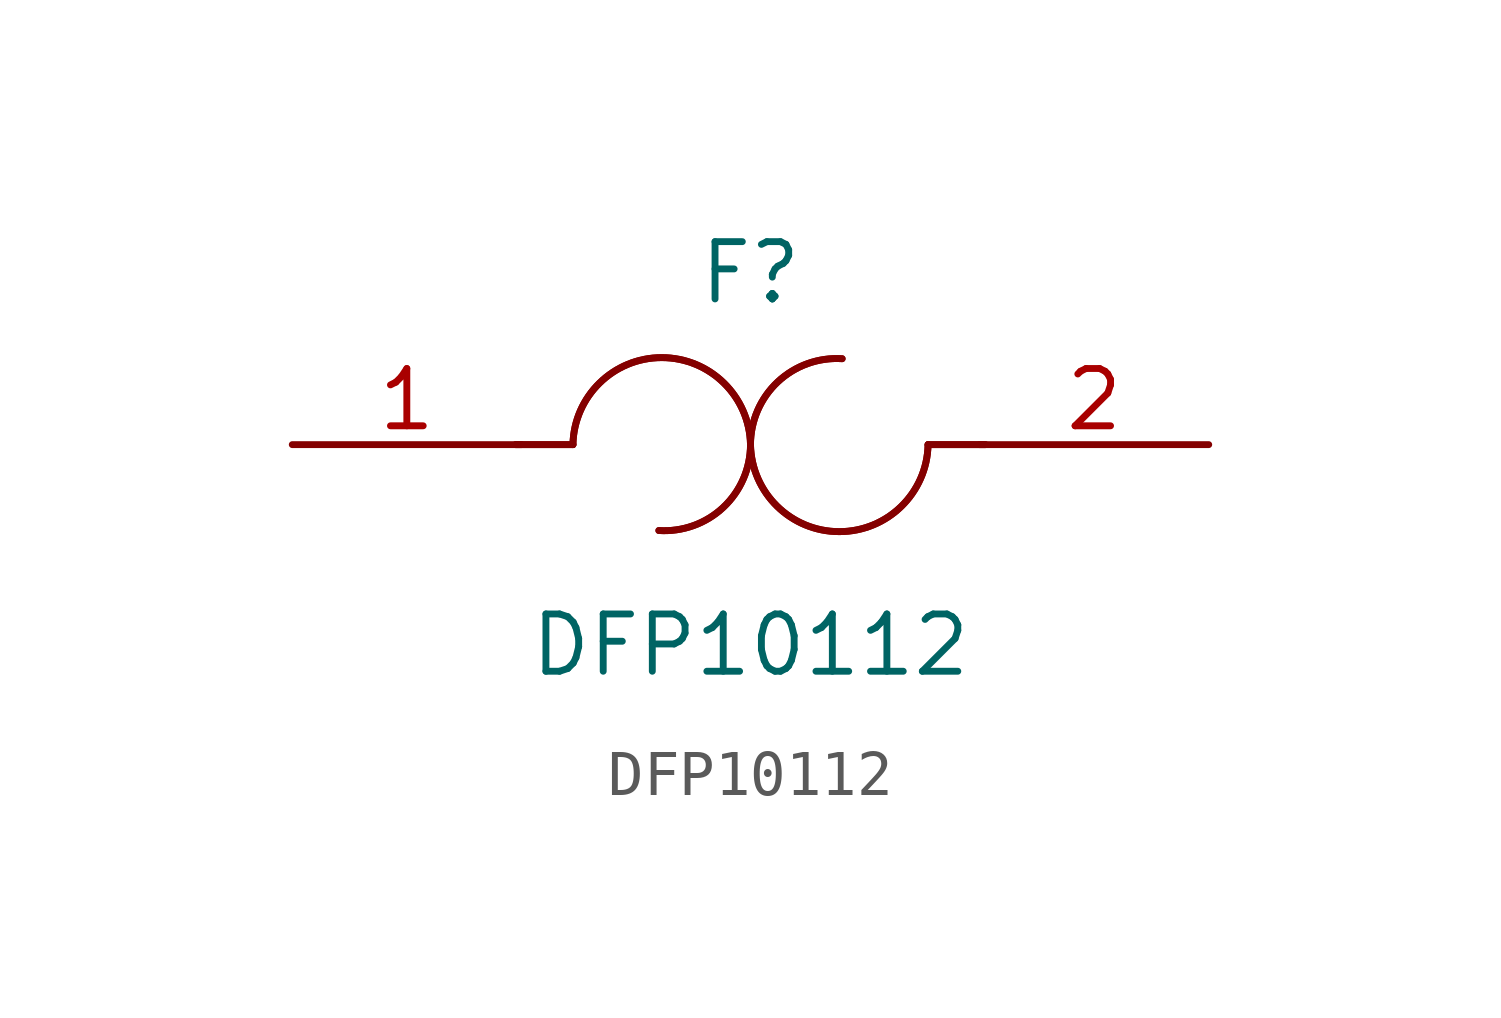
<source format=kicad_sym>
(kicad_symbol_lib
  (version 20201005)
  (generator kicad_symbol_editor)
  (symbol "DFP10112"
    (pin_names
      (offset 0))
    (property "Reference" "F"
      (at 0 3.81 0)
      (effects (font (size 1.27 1.27))))
    (property "Value" "DFP10112"
      (at 0 -4.445 0)
      (effects (font (size 1.27 1.27))))
    (symbol "DFP10112_0_1"
      (arc (start -3.937 0) (end 0 0) (radius (at -1.9558 -0.0508) (length 1.9812) (angles 178.5 1.5)) (stroke (width 0)) (fill (type none)))
      (arc (start -3.937 0) (end 0 0) (radius (at -1.9558 -0.0508) (length 1.9812) (angles 178.5 1.5)) (stroke (width 0)) (fill (type none)))
      (arc (start 0 0) (end -2.032 -1.905) (radius (at -1.905 0) (length 1.905) (angles 0 -93.8)) (stroke (width 0)) (fill (type none)))
      (arc (start 0 0) (end -2.032 -1.905) (radius (at -1.905 0) (length 1.905) (angles 0 -93.8)) (stroke (width 0)) (fill (type none)))
      (arc (start 0 0) (end 2.032 1.905) (radius (at 1.905 0) (length 1.905) (angles 180 86.2)) (stroke (width 0)) (fill (type none)))
      (arc (start 0 0) (end 2.032 1.905) (radius (at 1.905 0) (length 1.905) (angles 180 86.2)) (stroke (width 0)) (fill (type none)))
      (arc (start 3.937 0) (end 0 0) (radius (at 1.9558 0.0508) (length 1.9812) (angles -1.5 -178.5)) (stroke (width 0)) (fill (type none)))
      (arc (start 3.937 0) (end 0 0) (radius (at 1.9558 0.0508) (length 1.9812) (angles -1.5 -178.5)) (stroke (width 0)) (fill (type none)))
      (polyline (pts (xy -3.937 0) (xy -5.207 0)) (stroke (width 0)) (fill (type none)))
      (polyline (pts (xy -3.937 0) (xy -5.207 0)) (stroke (width 0)) (fill (type none)))
      (polyline (pts (xy 3.937 0) (xy 5.207 0)) (stroke (width 0)) (fill (type none)))
      (polyline (pts (xy 3.937 0) (xy 5.207 0)) (stroke (width 0)) (fill (type none))))
    (symbol "DFP10112_1_1"
      (pin passive line (at -10.16 0 0) (length 5.08) (name "~" (effects (font (size 1.27 1.27)))) (number "1" (effects (font (size 1.27 1.27)))))
      (pin passive line (at 10.16 0 180) (length 5.08) (name "~" (effects (font (size 1.27 1.27)))) (number "2" (effects (font (size 1.27 1.27))))))))
</source>
